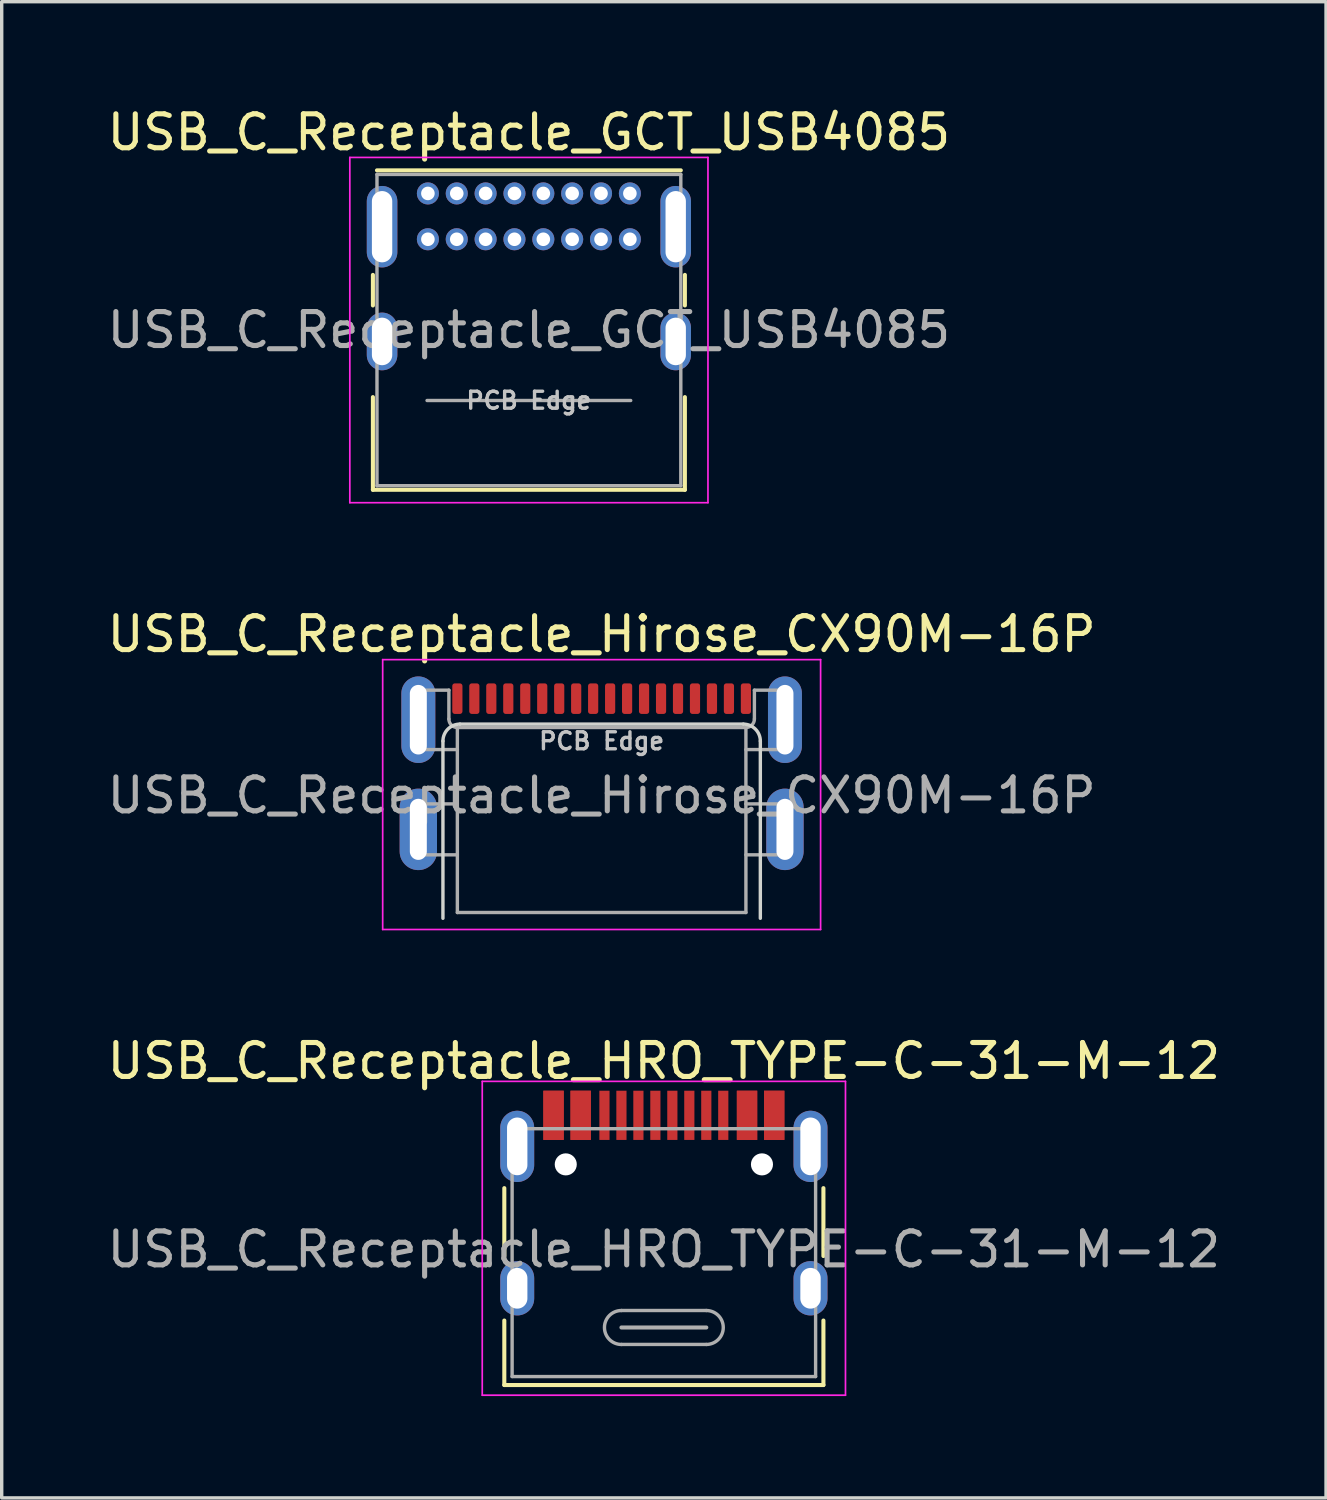
<source format=kicad_pcb>
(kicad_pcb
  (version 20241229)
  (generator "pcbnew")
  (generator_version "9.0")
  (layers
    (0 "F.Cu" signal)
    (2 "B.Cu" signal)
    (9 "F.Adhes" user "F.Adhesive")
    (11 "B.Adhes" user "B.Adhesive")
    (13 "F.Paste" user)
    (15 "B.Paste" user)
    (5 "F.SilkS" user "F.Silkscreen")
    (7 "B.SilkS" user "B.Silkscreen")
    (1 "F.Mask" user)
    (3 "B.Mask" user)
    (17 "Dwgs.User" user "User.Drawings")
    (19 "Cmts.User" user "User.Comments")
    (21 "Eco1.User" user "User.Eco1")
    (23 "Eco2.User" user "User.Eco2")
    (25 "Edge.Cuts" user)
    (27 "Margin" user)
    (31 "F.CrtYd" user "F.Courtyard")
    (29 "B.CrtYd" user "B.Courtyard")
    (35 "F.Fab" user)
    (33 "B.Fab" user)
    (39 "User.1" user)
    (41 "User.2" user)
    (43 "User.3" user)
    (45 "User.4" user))
  (footprint "USB_C_Receptacle_HRO_TYPE-C-31-M-12"
    (layer "F.Cu")
    (at 16.506 33.85)
    (property "Reference" "USB_C_Receptacle_HRO_TYPE-C-31-M-12" (at 0 -5.645 0) (layer "F.SilkS") (effects (font (size 1 1) (thickness 0.15))))
    (attr smd)
    (fp_line (start -4.7 -1.9) (end -4.7 0.1) (stroke (width 0.12) (type solid)) (layer "F.SilkS"))
    (fp_line (start -4.7 2) (end -4.7 3.9) (stroke (width 0.12) (type solid)) (layer "F.SilkS"))
    (fp_line (start -4.7 3.9) (end 4.7 3.9) (stroke (width 0.12) (type solid)) (layer "F.SilkS"))
    (fp_line (start 4.7 -1.9) (end 4.7 0.1) (stroke (width 0.12) (type solid)) (layer "F.SilkS"))
    (fp_line (start 4.7 2) (end 4.7 3.9) (stroke (width 0.12) (type solid)) (layer "F.SilkS"))
    (fp_line (start -5.35 -5.045) (end -5.35 4.2) (stroke (width 0.05) (type solid)) (layer "F.CrtYd"))
    (fp_line (start -5.35 -5.045) (end 5.35 -5.045) (stroke (width 0.05) (type solid)) (layer "F.CrtYd"))
    (fp_line (start -5.35 4.2) (end 5.35 4.2) (stroke (width 0.05) (type solid)) (layer "F.CrtYd"))
    (fp_line (start 5.35 -5.045) (end 5.35 4.2) (stroke (width 0.05) (type solid)) (layer "F.CrtYd"))
    (fp_line (start -4.47 -3.65) (end -4.47 3.65) (stroke (width 0.1) (type solid)) (layer "F.Fab"))
    (fp_line (start -4.47 -3.65) (end 4.47 -3.65) (stroke (width 0.1) (type solid)) (layer "F.Fab"))
    (fp_line (start -4.47 3.65) (end 4.47 3.65) (stroke (width 0.1) (type solid)) (layer "F.Fab"))
    (fp_line (start -1.25 1.705) (end 1.25 1.705) (stroke (width 0.1) (type solid)) (layer "F.Fab"))
    (fp_line (start -1.25 2.205) (end 1.25 2.205) (stroke (width 0.12) (type solid)) (layer "F.Fab"))
    (fp_line (start -1.25 2.705) (end 1.25 2.705) (stroke (width 0.1) (type solid)) (layer "F.Fab"))
    (fp_line (start 4.47 -3.65) (end 4.47 3.65) (stroke (width 0.1) (type solid)) (layer "F.Fab"))
    (fp_arc (start -1.25 2.705) (mid -1.75 2.205) (end -1.25 1.705) (stroke (width 0.1) (type solid)) (layer "F.Fab"))
    (fp_arc (start 1.25 1.705) (mid 1.75 2.205) (end 1.25 2.705) (stroke (width 0.1) (type solid)) (layer "F.Fab"))
    (fp_text user "${REFERENCE}" (at 0 -0.095 0) (layer "F.Fab") (effects (font (size 1 1) (thickness 0.15))))
    (pad "" np_thru_hole circle (at -2.89 -2.6) (size 0.65 0.65) (drill 0.65) (layers "*.Cu" "*.Mask"))
    (pad "" np_thru_hole circle (at 2.89 -2.6) (size 0.65 0.65) (drill 0.65) (layers "*.Cu" "*.Mask"))
    (pad "A1" smd rect (at -3.25 -4.045) (size 0.6 1.45) (layers "F.Cu" "F.Mask" "F.Paste"))
    (pad "A4" smd rect (at -2.45 -4.045) (size 0.6 1.45) (layers "F.Cu" "F.Mask" "F.Paste"))
    (pad "A5" smd rect (at -1.25 -4.045) (size 0.3 1.45) (layers "F.Cu" "F.Mask" "F.Paste"))
    (pad "A6" smd rect (at -0.25 -4.045) (size 0.3 1.45) (layers "F.Cu" "F.Mask" "F.Paste"))
    (pad "A7" smd rect (at 0.25 -4.045) (size 0.3 1.45) (layers "F.Cu" "F.Mask" "F.Paste"))
    (pad "A8" smd rect (at 1.25 -4.045) (size 0.3 1.45) (layers "F.Cu" "F.Mask" "F.Paste"))
    (pad "A9" smd rect (at 2.45 -4.045) (size 0.6 1.45) (layers "F.Cu" "F.Mask" "F.Paste"))
    (pad "A12" smd rect (at 3.25 -4.045) (size 0.6 1.45) (layers "F.Cu" "F.Mask" "F.Paste"))
    (pad "B1" smd rect (at 3.25 -4.045) (size 0.6 1.45) (layers "F.Cu" "F.Mask" "F.Paste"))
    (pad "B4" smd rect (at 2.45 -4.045) (size 0.6 1.45) (layers "F.Cu" "F.Mask" "F.Paste"))
    (pad "B5" smd rect (at 1.75 -4.045) (size 0.3 1.45) (layers "F.Cu" "F.Mask" "F.Paste"))
    (pad "B6" smd rect (at 0.75 -4.045) (size 0.3 1.45) (layers "F.Cu" "F.Mask" "F.Paste"))
    (pad "B7" smd rect (at -0.75 -4.045) (size 0.3 1.45) (layers "F.Cu" "F.Mask" "F.Paste"))
    (pad "B8" smd rect (at -1.75 -4.045) (size 0.3 1.45) (layers "F.Cu" "F.Mask" "F.Paste"))
    (pad "B9" smd rect (at -2.45 -4.045) (size 0.6 1.45) (layers "F.Cu" "F.Mask" "F.Paste"))
    (pad "B12" smd rect (at -3.25 -4.045) (size 0.6 1.45) (layers "F.Cu" "F.Mask" "F.Paste"))
    (pad "S1" thru_hole oval (at -4.32 -3.13) (size 1 2.1) (drill oval 0.6 1.7) (layers "*.Cu" "*.Mask"))
    (pad "S1" thru_hole oval (at -4.32 1.05) (size 1 1.6) (drill oval 0.6 1.2) (layers "*.Cu" "*.Mask"))
    (pad "S1" thru_hole oval (at 4.32 -3.13) (size 1 2.1) (drill oval 0.6 1.7) (layers "*.Cu" "*.Mask"))
    (pad "S1" thru_hole oval (at 4.32 1.05) (size 1 1.6) (drill oval 0.6 1.2) (layers "*.Cu" "*.Mask")))
  (footprint "USB_C_Receptacle_GCT_USB4085"
    (layer "F.Cu")
    (at 12.53 6.673)
    (property "Reference" "USB_C_Receptacle_GCT_USB4085" (at 0 -5.825 0) (layer "F.SilkS") (effects (font (size 1 1) (thickness 0.15))))
    (attr through_hole)
    (fp_line (start -4.595 -1.625) (end -4.595 -0.725) (stroke (width 0.12) (type solid)) (layer "F.SilkS"))
    (fp_line (start -4.595 1.975) (end -4.595 4.705) (stroke (width 0.12) (type solid)) (layer "F.SilkS"))
    (fp_line (start -4.595 4.705) (end 4.595 4.705) (stroke (width 0.12) (type solid)) (layer "F.SilkS"))
    (fp_line (start -4.475 -4.705) (end 4.475 -4.705) (stroke (width 0.12) (type solid)) (layer "F.SilkS"))
    (fp_line (start 4.595 -1.625) (end 4.595 -0.725) (stroke (width 0.12) (type solid)) (layer "F.SilkS"))
    (fp_line (start 4.595 1.975) (end 4.595 4.705) (stroke (width 0.12) (type solid)) (layer "F.SilkS"))
    (fp_line (start -5.275 -5.085) (end -5.275 5.085) (stroke (width 0.05) (type solid)) (layer "F.CrtYd"))
    (fp_line (start -5.275 -5.085) (end 5.275 -5.085) (stroke (width 0.05) (type solid)) (layer "F.CrtYd"))
    (fp_line (start -5.275 5.085) (end 5.275 5.085) (stroke (width 0.05) (type solid)) (layer "F.CrtYd"))
    (fp_line (start 5.275 -5.085) (end 5.275 5.085) (stroke (width 0.05) (type solid)) (layer "F.CrtYd"))
    (fp_line (start -4.475 -4.585) (end -4.475 4.585) (stroke (width 0.1) (type solid)) (layer "F.Fab"))
    (fp_line (start -4.475 -4.585) (end 4.475 -4.585) (stroke (width 0.1) (type solid)) (layer "F.Fab"))
    (fp_line (start -4.475 4.585) (end 4.475 4.585) (stroke (width 0.1) (type solid)) (layer "F.Fab"))
    (fp_line (start -3 2.075) (end 3 2.075) (stroke (width 0.1) (type solid)) (layer "F.Fab"))
    (fp_line (start 4.475 -4.585) (end 4.475 4.585) (stroke (width 0.1) (type solid)) (layer "F.Fab"))
    (fp_text user "PCB Edge" (at 0 2.075 0) (layer "Dwgs.User") (effects (font (size 0.5 0.5) (thickness 0.1))))
    (fp_text user "${REFERENCE}" (at 0 0 0) (layer "F.Fab") (effects (font (size 1 1) (thickness 0.15))))
    (pad "A1" thru_hole circle (at -2.975 -4.025) (size 0.65 0.65) (drill 0.4) (layers "*.Cu" "*.Mask"))
    (pad "A4" thru_hole circle (at -2.125 -4.025) (size 0.65 0.65) (drill 0.4) (layers "*.Cu" "*.Mask"))
    (pad "A5" thru_hole circle (at -1.275 -4.025) (size 0.65 0.65) (drill 0.4) (layers "*.Cu" "*.Mask"))
    (pad "A6" thru_hole circle (at -0.425 -4.025) (size 0.65 0.65) (drill 0.4) (layers "*.Cu" "*.Mask"))
    (pad "A7" thru_hole circle (at 0.425 -4.025) (size 0.65 0.65) (drill 0.4) (layers "*.Cu" "*.Mask"))
    (pad "A8" thru_hole circle (at 1.275 -4.025) (size 0.65 0.65) (drill 0.4) (layers "*.Cu" "*.Mask"))
    (pad "A9" thru_hole circle (at 2.125 -4.025) (size 0.65 0.65) (drill 0.4) (layers "*.Cu" "*.Mask"))
    (pad "A12" thru_hole circle (at 2.975 -4.025) (size 0.65 0.65) (drill 0.4) (layers "*.Cu" "*.Mask"))
    (pad "B1" thru_hole circle (at 2.975 -2.675) (size 0.65 0.65) (drill 0.4) (layers "*.Cu" "*.Mask"))
    (pad "B4" thru_hole circle (at 2.125 -2.675) (size 0.65 0.65) (drill 0.4) (layers "*.Cu" "*.Mask"))
    (pad "B5" thru_hole circle (at 1.275 -2.675) (size 0.65 0.65) (drill 0.4) (layers "*.Cu" "*.Mask"))
    (pad "B6" thru_hole circle (at 0.425 -2.675) (size 0.65 0.65) (drill 0.4) (layers "*.Cu" "*.Mask"))
    (pad "B7" thru_hole circle (at -0.425 -2.675) (size 0.65 0.65) (drill 0.4) (layers "*.Cu" "*.Mask"))
    (pad "B8" thru_hole circle (at -1.275 -2.675) (size 0.65 0.65) (drill 0.4) (layers "*.Cu" "*.Mask"))
    (pad "B9" thru_hole circle (at -2.125 -2.675) (size 0.65 0.65) (drill 0.4) (layers "*.Cu" "*.Mask"))
    (pad "B12" thru_hole circle (at -2.975 -2.675) (size 0.65 0.65) (drill 0.4) (layers "*.Cu" "*.Mask"))
    (pad "S1" thru_hole oval (at -4.325 -3.045) (size 0.9 2.4) (drill oval 0.6 2.1) (layers "*.Cu" "*.Mask"))
    (pad "S1" thru_hole oval (at -4.325 0.335) (size 0.9 1.7) (drill oval 0.6 1.4) (layers "*.Cu" "*.Mask"))
    (pad "S1" thru_hole oval (at 4.325 -3.045) (size 0.9 2.4) (drill oval 0.6 2.1) (layers "*.Cu" "*.Mask"))
    (pad "S1" thru_hole oval (at 4.325 0.335) (size 0.9 1.7) (drill oval 0.6 1.4) (layers "*.Cu" "*.Mask")))
  (footprint "USB_C_Receptacle_Hirose_CX90M-16P"
    (layer "F.Cu")
    (at 14.673 20.381)
    (property "Reference" "USB_C_Receptacle_Hirose_CX90M-16P" (at 0 -4.75 0) (layer "F.SilkS") (effects (font (size 1 1) (thickness 0.15))))
    (attr smd)
    (fp_line (start -4.675 -1.6) (end -4.675 3.62) (stroke (width 0.1) (type solid)) (layer "Edge.Cuts"))
    (fp_line (start 4.175 -2.1) (end -4.175 -2.1) (stroke (width 0.1) (type solid)) (layer "Edge.Cuts"))
    (fp_line (start 4.675 3.62) (end 4.675 -1.6) (stroke (width 0.1) (type solid)) (layer "Edge.Cuts"))
    (fp_arc (start -4.675 -1.6) (mid -4.528553 -1.953553) (end -4.175 -2.1) (stroke (width 0.1) (type solid)) (layer "Edge.Cuts"))
    (fp_arc (start 4.175 -2.1) (mid 4.528553 -1.953553) (end 4.675 -1.6) (stroke (width 0.1) (type solid)) (layer "Edge.Cuts"))
    (fp_line (start -6.45 -4) (end -6.45 3.95) (stroke (width 0.05) (type solid)) (layer "F.CrtYd"))
    (fp_line (start -6.45 3.95) (end 6.45 3.95) (stroke (width 0.05) (type solid)) (layer "F.CrtYd"))
    (fp_line (start 6.45 -4) (end -6.45 -4) (stroke (width 0.05) (type solid)) (layer "F.CrtYd"))
    (fp_line (start 6.45 3.95) (end 6.45 -4) (stroke (width 0.05) (type solid)) (layer "F.CrtYd"))
    (fp_line (start -5.5 -3.1) (end -5.5 -1.35) (stroke (width 0.1) (type solid)) (layer "F.Fab"))
    (fp_line (start -5.5 -1.35) (end -4.25 -1.35) (stroke (width 0.1) (type solid)) (layer "F.Fab"))
    (fp_line (start -5.5 0.25) (end -5.5 1.75) (stroke (width 0.1) (type solid)) (layer "F.Fab"))
    (fp_line (start -5.5 1.75) (end -4.25 1.75) (stroke (width 0.1) (type solid)) (layer "F.Fab"))
    (fp_line (start -4.5 -3.1) (end -5.5 -3.1) (stroke (width 0.1) (type solid)) (layer "F.Fab"))
    (fp_line (start -4.5 -3.1) (end -4.5 -2.25) (stroke (width 0.1) (type solid)) (layer "F.Fab"))
    (fp_line (start -4.25 -2) (end -4.25 3.45) (stroke (width 0.1) (type solid)) (layer "F.Fab"))
    (fp_line (start -4.25 0.25) (end -5.5 0.25) (stroke (width 0.1) (type solid)) (layer "F.Fab"))
    (fp_line (start -4.25 3.45) (end 4.25 3.45) (stroke (width 0.1) (type solid)) (layer "F.Fab"))
    (fp_line (start 4.25 -2) (end -4.25 -2) (stroke (width 0.1) (type solid)) (layer "F.Fab"))
    (fp_line (start 4.25 -1.35) (end 5.5 -1.35) (stroke (width 0.1) (type solid)) (layer "F.Fab"))
    (fp_line (start 4.25 1.75) (end 5.5 1.75) (stroke (width 0.1) (type solid)) (layer "F.Fab"))
    (fp_line (start 4.25 3.45) (end 4.25 -2) (stroke (width 0.1) (type solid)) (layer "F.Fab"))
    (fp_line (start 4.5 -2.25) (end 4.5 -3.1) (stroke (width 0.1) (type solid)) (layer "F.Fab"))
    (fp_line (start 5.5 -3.1) (end 4.5 -3.1) (stroke (width 0.1) (type solid)) (layer "F.Fab"))
    (fp_line (start 5.5 -1.35) (end 5.5 -3.1) (stroke (width 0.1) (type solid)) (layer "F.Fab"))
    (fp_line (start 5.5 0.25) (end 4.25 0.25) (stroke (width 0.1) (type solid)) (layer "F.Fab"))
    (fp_line (start 5.5 1.75) (end 5.5 0.25) (stroke (width 0.1) (type solid)) (layer "F.Fab"))
    (fp_arc (start -4.25 -2) (mid -4.426777 -2.073223) (end -4.5 -2.25) (stroke (width 0.1) (type solid)) (layer "F.Fab"))
    (fp_arc (start 4.5 -2.25) (mid 4.426777 -2.073223) (end 4.25 -2) (stroke (width 0.1) (type solid)) (layer "F.Fab"))
    (fp_text user "PCB Edge" (at 0 -1.6 0) (layer "Dwgs.User") (effects (font (size 0.5 0.5) (thickness 0.1))))
    (fp_text user "${REFERENCE}" (at 0 0 0) (layer "F.Fab") (effects (font (size 1 1) (thickness 0.15))))
    (pad "A1" smd roundrect (at -3.75 -2.85) (size 0.3 0.9) (layers "F.Cu" "F.Mask" "F.Paste") (roundrect_rratio 0.25))
    (pad "A4" smd roundrect (at -2.75 -2.85) (size 0.3 0.9) (layers "F.Cu" "F.Mask" "F.Paste") (roundrect_rratio 0.25))
    (pad "A5" smd roundrect (at -1.75 -2.85) (size 0.3 0.9) (layers "F.Cu" "F.Mask" "F.Paste") (roundrect_rratio 0.25))
    (pad "A6" smd roundrect (at -0.75 -2.85) (size 0.3 0.9) (layers "F.Cu" "F.Mask" "F.Paste") (roundrect_rratio 0.25))
    (pad "A7" smd roundrect (at 0.75 -2.85) (size 0.3 0.9) (layers "F.Cu" "F.Mask" "F.Paste") (roundrect_rratio 0.25))
    (pad "A8" smd roundrect (at 1.75 -2.85) (size 0.3 0.9) (layers "F.Cu" "F.Mask" "F.Paste") (roundrect_rratio 0.25))
    (pad "A9" smd roundrect (at 2.75 -2.85) (size 0.3 0.9) (layers "F.Cu" "F.Mask" "F.Paste") (roundrect_rratio 0.25))
    (pad "A12" smd roundrect (at 3.75 -2.85) (size 0.3 0.9) (layers "F.Cu" "F.Mask" "F.Paste") (roundrect_rratio 0.25))
    (pad "B1" smd roundrect (at 3.25 -2.85) (size 0.3 0.9) (layers "F.Cu" "F.Mask" "F.Paste") (roundrect_rratio 0.25))
    (pad "B4" smd roundrect (at 2.25 -2.85) (size 0.3 0.9) (layers "F.Cu" "F.Mask" "F.Paste") (roundrect_rratio 0.25))
    (pad "B5" smd roundrect (at 1.25 -2.85) (size 0.3 0.9) (layers "F.Cu" "F.Mask" "F.Paste") (roundrect_rratio 0.25))
    (pad "B6" smd roundrect (at 0.25 -2.85) (size 0.3 0.9) (layers "F.Cu" "F.Mask" "F.Paste") (roundrect_rratio 0.25))
    (pad "B7" smd roundrect (at -0.25 -2.85) (size 0.3 0.9) (layers "F.Cu" "F.Mask" "F.Paste") (roundrect_rratio 0.25))
    (pad "B8" smd roundrect (at -1.25 -2.85) (size 0.3 0.9) (layers "F.Cu" "F.Mask" "F.Paste") (roundrect_rratio 0.25))
    (pad "B9" smd roundrect (at -2.25 -2.85) (size 0.3 0.9) (layers "F.Cu" "F.Mask" "F.Paste") (roundrect_rratio 0.25))
    (pad "B12" smd roundrect (at -3.25 -2.85) (size 0.3 0.9) (layers "F.Cu" "F.Mask" "F.Paste") (roundrect_rratio 0.25))
    (pad "MID" smd roundrect (at -4.25 -2.85) (size 0.3 0.9) (layers "F.Cu" "F.Mask" "F.Paste") (roundrect_rratio 0.25))
    (pad "MID" smd roundrect (at 4.25 -2.85) (size 0.3 0.9) (layers "F.Cu" "F.Mask" "F.Paste") (roundrect_rratio 0.25))
    (pad "S1" thru_hole oval (at -5.4 -2.23) (size 1 2.55) (drill oval 0.5 2.05) (layers "*.Cu" "*.Mask"))
    (pad "S1" thru_hole oval (at -5.4 1) (size 1.1 2.4) (drill oval 0.5 1.8) (layers "*.Cu" "*.Mask"))
    (pad "S1" thru_hole oval (at 5.4 -2.23) (size 1 2.55) (drill oval 0.5 2.05) (layers "*.Cu" "*.Mask"))
    (pad "S1" thru_hole oval (at 5.4 1) (size 1.1 2.4) (drill oval 0.5 1.8) (layers "*.Cu" "*.Mask")))
  (gr_rect
    (start -3 -3)
    (end 36.012 41.075)
    (stroke (width 0.1) (type default))
    (fill no)
    (layer "Edge.Cuts")))
</source>
